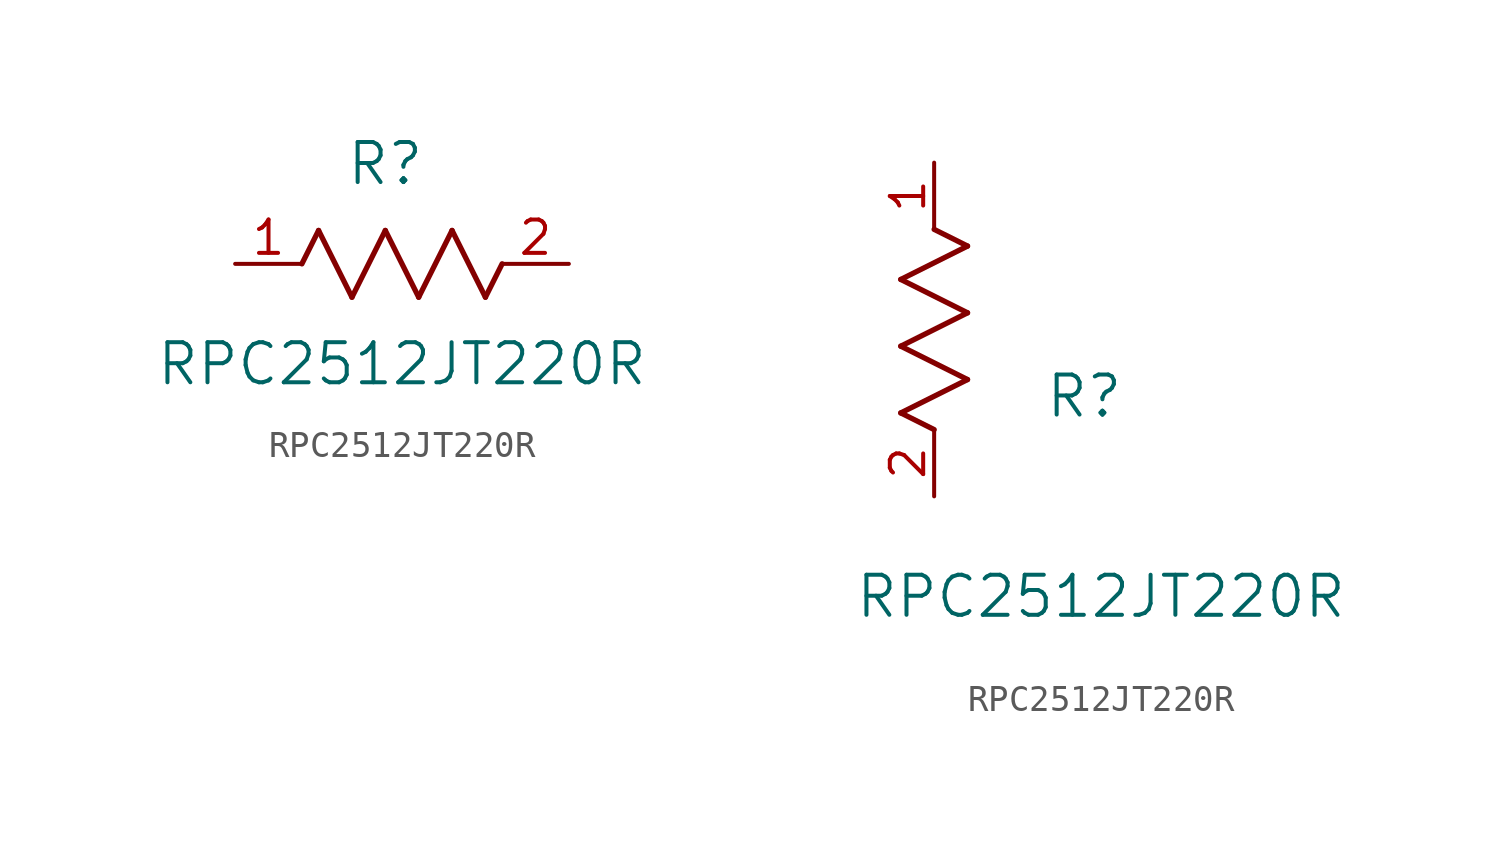
<source format=kicad_sym>
(kicad_symbol_lib
  (version 20211014)
  (generator kicad_symbol_editor)
  (symbol "RPC2512JT220R"
    (pin_names
      (offset 0.254))
    (property "Reference" "R"
      (at 5.715 3.81 0)
      (effects (font (size 1.524 1.524))))
    (property "Value" "RPC2512JT220R"
      (at 6.35 -3.81 0)
      (effects (font (size 1.524 1.524))))
    (symbol "RPC2512JT220R_1_1"
      (polyline (pts (xy 3.175 1.27) (xy 4.445 -1.27)) (stroke (width 0.203) (type default) (color 0 0 0 0)) (fill (type none)))
      (polyline (pts (xy 4.445 -1.27) (xy 5.715 1.27)) (stroke (width 0.203) (type default) (color 0 0 0 0)) (fill (type none)))
      (polyline (pts (xy 5.715 1.27) (xy 6.985 -1.27)) (stroke (width 0.203) (type default) (color 0 0 0 0)) (fill (type none)))
      (polyline (pts (xy 6.985 -1.27) (xy 8.255 1.27)) (stroke (width 0.203) (type default) (color 0 0 0 0)) (fill (type none)))
      (polyline (pts (xy 8.255 1.27) (xy 9.525 -1.27)) (stroke (width 0.203) (type default) (color 0 0 0 0)) (fill (type none)))
      (polyline (pts (xy 2.54 0) (xy 3.175 1.27)) (stroke (width 0.203) (type default) (color 0 0 0 0)) (fill (type none)))
      (polyline (pts (xy 9.525 -1.27) (xy 10.16 0)) (stroke (width 0.203) (type default) (color 0 0 0 0)) (fill (type none)))
      (pin unspecified line (at 0 0 0) (length 2.54) (name "" (effects (font (size 1.27 1.27)))) (number "1" (effects (font (size 1.27 1.27)))))
      (pin unspecified line (at 12.7 0 180) (length 2.54) (name "" (effects (font (size 1.27 1.27)))) (number "2" (effects (font (size 1.27 1.27))))))
    (symbol "RPC2512JT220R_1_2"
      (polyline (pts (xy 0 2.54) (xy -1.27 3.175)) (stroke (width 0.203) (type default) (color 0 0 0 0)) (fill (type none)))
      (polyline (pts (xy -1.27 3.175) (xy 1.27 4.445)) (stroke (width 0.203) (type default) (color 0 0 0 0)) (fill (type none)))
      (polyline (pts (xy 1.27 4.445) (xy -1.27 5.715)) (stroke (width 0.203) (type default) (color 0 0 0 0)) (fill (type none)))
      (polyline (pts (xy -1.27 5.715) (xy 1.27 6.985)) (stroke (width 0.203) (type default) (color 0 0 0 0)) (fill (type none)))
      (polyline (pts (xy -1.27 8.255) (xy 1.27 9.525)) (stroke (width 0.203) (type default) (color 0 0 0 0)) (fill (type none)))
      (polyline (pts (xy 1.27 9.525) (xy 0 10.16)) (stroke (width 0.203) (type default) (color 0 0 0 0)) (fill (type none)))
      (polyline (pts (xy 1.27 6.985) (xy -1.27 8.255)) (stroke (width 0.203) (type default) (color 0 0 0 0)) (fill (type none)))
      (pin unspecified line (at 0 12.7 270) (length 2.54) (name "" (effects (font (size 1.27 1.27)))) (number "1" (effects (font (size 1.27 1.27)))))
      (pin unspecified line (at 0 0 90) (length 2.54) (name "" (effects (font (size 1.27 1.27)))) (number "2" (effects (font (size 1.27 1.27))))))))
</source>
